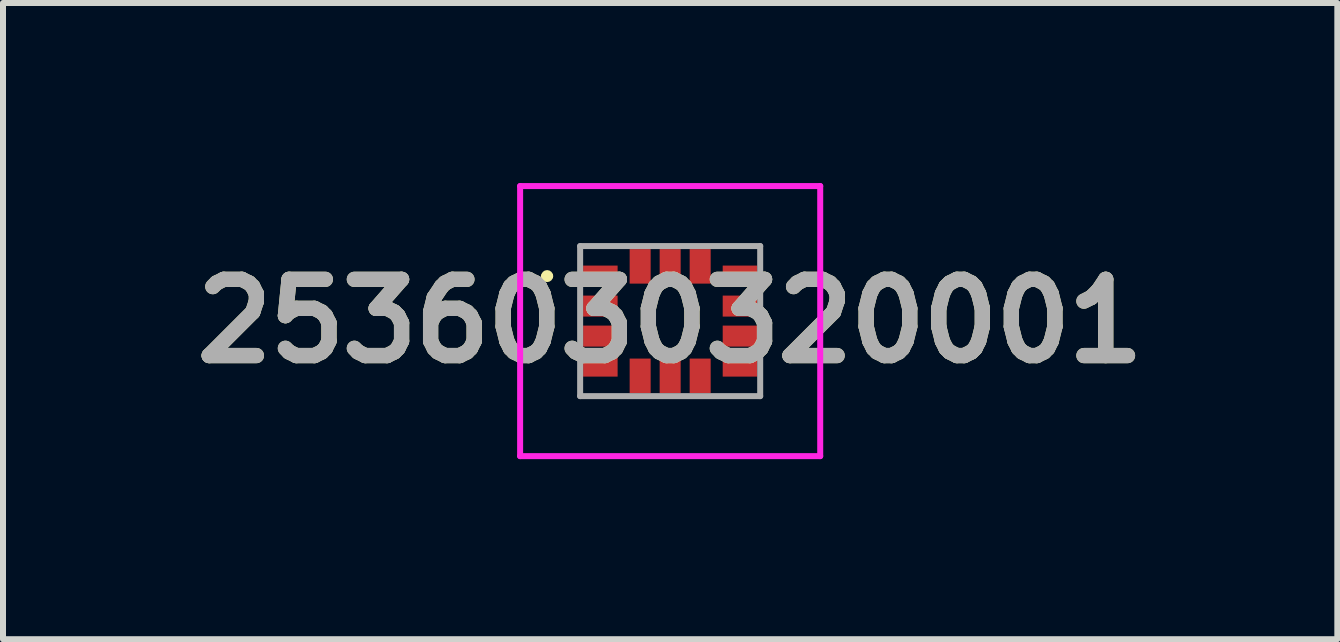
<source format=kicad_pcb>
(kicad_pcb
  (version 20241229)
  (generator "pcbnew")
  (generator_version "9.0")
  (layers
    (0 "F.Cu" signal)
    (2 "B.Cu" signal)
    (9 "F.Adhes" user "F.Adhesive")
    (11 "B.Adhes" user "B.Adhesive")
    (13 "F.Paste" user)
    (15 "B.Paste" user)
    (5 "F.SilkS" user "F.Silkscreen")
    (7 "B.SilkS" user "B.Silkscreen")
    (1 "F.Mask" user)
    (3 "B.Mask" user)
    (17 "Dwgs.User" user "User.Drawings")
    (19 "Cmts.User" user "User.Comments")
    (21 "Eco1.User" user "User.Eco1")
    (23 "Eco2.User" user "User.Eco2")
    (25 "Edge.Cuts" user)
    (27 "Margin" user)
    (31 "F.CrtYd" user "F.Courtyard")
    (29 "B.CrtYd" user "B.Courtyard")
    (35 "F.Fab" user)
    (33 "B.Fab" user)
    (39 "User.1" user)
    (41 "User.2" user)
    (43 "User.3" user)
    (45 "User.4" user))
  (footprint "2536030320001"
    (layer "F.Cu")
    (at 8.116 2.3)
    (property "Reference" "2536030320001" (at 0 0 0) (layer "F.SilkS") (effects (font (size 1.27 1.27) (thickness 0.254))))
    (attr smd)
    (fp_line (start -2.1 -0.75) (end -2.1 -0.75) (stroke (width 0.1) (type solid)) (layer "F.SilkS"))
    (fp_line (start -2 -0.75) (end -2 -0.75) (stroke (width 0.1) (type solid)) (layer "F.SilkS"))
    (fp_arc (start -2.1 -0.75) (mid -2.05 -0.8) (end -2 -0.75) (stroke (width 0.1) (type solid)) (layer "F.SilkS"))
    (fp_arc (start -2 -0.75) (mid -2.05 -0.7) (end -2.1 -0.75) (stroke (width 0.1) (type solid)) (layer "F.SilkS"))
    (fp_line (start -2.5 -2.25) (end 2.5 -2.25) (stroke (width 0.1) (type solid)) (layer "F.CrtYd"))
    (fp_line (start -2.5 2.25) (end -2.5 -2.25) (stroke (width 0.1) (type solid)) (layer "F.CrtYd"))
    (fp_line (start 2.5 -2.25) (end 2.5 2.25) (stroke (width 0.1) (type solid)) (layer "F.CrtYd"))
    (fp_line (start 2.5 2.25) (end -2.5 2.25) (stroke (width 0.1) (type solid)) (layer "F.CrtYd"))
    (fp_line (start -1.5 -1.25) (end 1.5 -1.25) (stroke (width 0.1) (type solid)) (layer "F.Fab"))
    (fp_line (start -1.5 1.25) (end -1.5 -1.25) (stroke (width 0.1) (type solid)) (layer "F.Fab"))
    (fp_line (start 1.5 -1.25) (end 1.5 1.25) (stroke (width 0.1) (type solid)) (layer "F.Fab"))
    (fp_line (start 1.5 1.25) (end -1.5 1.25) (stroke (width 0.1) (type solid)) (layer "F.Fab"))
    (fp_text user "${REFERENCE}" (at 0 0 0) (layer "F.Fab") (effects (font (size 1.27 1.27) (thickness 0.254))))
    (pad "1" smd rect (at -1.163 -0.75 90) (size 0.35 0.575) (layers "F.Cu" "F.Mask" "F.Paste"))
    (pad "2" smd rect (at -1.163 -0.25 90) (size 0.35 0.575) (layers "F.Cu" "F.Mask" "F.Paste"))
    (pad "3" smd rect (at -1.163 0.25 90) (size 0.35 0.575) (layers "F.Cu" "F.Mask" "F.Paste"))
    (pad "4" smd rect (at -1.163 0.75 90) (size 0.35 0.575) (layers "F.Cu" "F.Mask" "F.Paste"))
    (pad "5" smd rect (at -0.5 0.912) (size 0.35 0.575) (layers "F.Cu" "F.Mask" "F.Paste"))
    (pad "6" smd rect (at 0 0.912) (size 0.35 0.575) (layers "F.Cu" "F.Mask" "F.Paste"))
    (pad "7" smd rect (at 0.5 0.912) (size 0.35 0.575) (layers "F.Cu" "F.Mask" "F.Paste"))
    (pad "8" smd rect (at 1.163 0.75 90) (size 0.35 0.575) (layers "F.Cu" "F.Mask" "F.Paste"))
    (pad "9" smd rect (at 1.163 0.25 90) (size 0.35 0.575) (layers "F.Cu" "F.Mask" "F.Paste"))
    (pad "10" smd rect (at 1.163 -0.25 90) (size 0.35 0.575) (layers "F.Cu" "F.Mask" "F.Paste"))
    (pad "11" smd rect (at 1.163 -0.75 90) (size 0.35 0.575) (layers "F.Cu" "F.Mask" "F.Paste"))
    (pad "12" smd rect (at 0.5 -0.912) (size 0.35 0.575) (layers "F.Cu" "F.Mask" "F.Paste"))
    (pad "13" smd rect (at 0 -0.912) (size 0.35 0.575) (layers "F.Cu" "F.Mask" "F.Paste"))
    (pad "14" smd rect (at -0.5 -0.912) (size 0.35 0.575) (layers "F.Cu" "F.Mask" "F.Paste")))
  (gr_rect
    (start -3 -3)
    (end 19.232 7.6)
    (stroke (width 0.1) (type default))
    (fill no)
    (layer "Edge.Cuts")))
</source>
